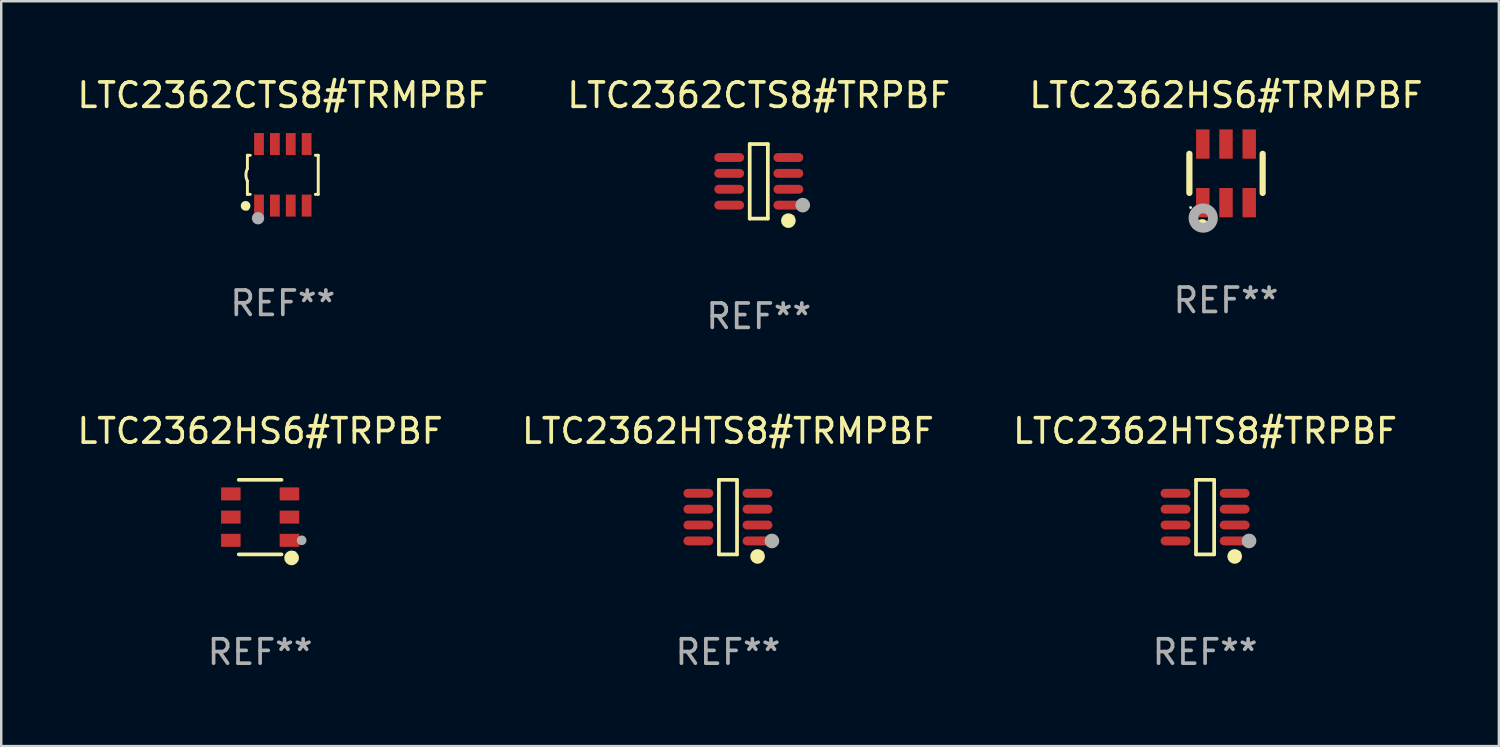
<source format=kicad_pcb>
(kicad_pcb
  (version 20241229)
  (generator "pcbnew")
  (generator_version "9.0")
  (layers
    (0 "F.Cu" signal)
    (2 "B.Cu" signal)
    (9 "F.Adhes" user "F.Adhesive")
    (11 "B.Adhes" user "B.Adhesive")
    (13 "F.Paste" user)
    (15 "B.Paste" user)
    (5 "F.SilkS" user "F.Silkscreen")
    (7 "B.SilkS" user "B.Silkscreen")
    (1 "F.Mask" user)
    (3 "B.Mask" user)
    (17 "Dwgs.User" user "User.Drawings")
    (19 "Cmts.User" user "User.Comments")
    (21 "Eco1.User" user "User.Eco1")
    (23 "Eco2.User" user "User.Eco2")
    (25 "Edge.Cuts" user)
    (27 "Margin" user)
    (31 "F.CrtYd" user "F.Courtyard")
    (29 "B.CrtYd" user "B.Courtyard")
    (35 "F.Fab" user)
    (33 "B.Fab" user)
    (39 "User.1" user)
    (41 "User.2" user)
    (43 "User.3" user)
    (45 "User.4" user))
  (footprint "LTC2362CTS8#TRMPBF"
    (layer "F.Cu")
    (at 8.53 4.108)
    (property "Reference" "LTC2362CTS8#TRMPBF" (at 0 -3.26 0) (layer "F.SilkS") (effects (font (size 1 1) (thickness 0.15))))
    (attr through_hole)
    (fp_line (start -1.45 -0.8) (end -1.45 -0.254) (stroke (width 0.12) (type solid)) (layer "F.SilkS"))
    (fp_line (start -1.45 -0.8) (end -1.334 -0.8) (stroke (width 0.12) (type solid)) (layer "F.SilkS"))
    (fp_line (start -1.45 0.8) (end -1.45 0.254) (stroke (width 0.12) (type solid)) (layer "F.SilkS"))
    (fp_line (start -1.45 0.8) (end -1.334 0.8) (stroke (width 0.12) (type solid)) (layer "F.SilkS"))
    (fp_line (start 1.334 -0.8) (end 1.45 -0.8) (stroke (width 0.12) (type solid)) (layer "F.SilkS"))
    (fp_line (start 1.334 0.8) (end 1.45 0.8) (stroke (width 0.12) (type solid)) (layer "F.SilkS"))
    (fp_line (start 1.45 0.8) (end 1.45 -0.8) (stroke (width 0.12) (type solid)) (layer "F.SilkS"))
    (fp_arc (start -1.45075 0.255144) (mid -1.510605 0.000434) (end -1.450013 -0.254102) (stroke (width 0.11999) (type solid)) (layer "F.SilkS"))
    (fp_circle (center -1.524 1.27) (end -1.424 1.27) (stroke (width 0.2) (type solid)) (fill no) (layer "F.SilkS"))
    (fp_circle (center -1.45 1.4) (end -1.42 1.4) (stroke (width 0.06) (type solid)) (fill no) (layer "F.SilkS"))
    (fp_circle (center -1.016 1.778) (end -0.889 1.778) (stroke (width 0.254) (type solid)) (fill no) (layer "F.Fab"))
    (fp_text user "REF**" (at 0 5.26 0) (layer "F.Fab") (effects (font (size 1 1) (thickness 0.15))))
    (pad "1" smd rect (at -0.975 1.26) (size 0.4 0.9) (layers "F.Cu" "F.Mask" "F.Paste"))
    (pad "2" smd rect (at -0.325 1.26) (size 0.4 0.9) (layers "F.Cu" "F.Mask" "F.Paste"))
    (pad "3" smd rect (at 0.325 1.26) (size 0.4 0.9) (layers "F.Cu" "F.Mask" "F.Paste"))
    (pad "4" smd rect (at 0.975 1.26) (size 0.4 0.9) (layers "F.Cu" "F.Mask" "F.Paste"))
    (pad "5" smd rect (at 0.975 -1.26) (size 0.4 0.9) (layers "F.Cu" "F.Mask" "F.Paste"))
    (pad "6" smd rect (at 0.325 -1.26) (size 0.4 0.9) (layers "F.Cu" "F.Mask" "F.Paste"))
    (pad "7" smd rect (at -0.325 -1.26) (size 0.4 0.9) (layers "F.Cu" "F.Mask" "F.Paste"))
    (pad "8" smd rect (at -0.975 -1.26) (size 0.4 0.9) (layers "F.Cu" "F.Mask" "F.Paste")))
  (footprint "LTC2362HTS8#TRMPBF"
    (layer "F.Cu")
    (at 26.756 18.123)
    (property "Reference" "LTC2362HTS8#TRMPBF" (at 0 -3.526 0) (layer "F.SilkS") (effects (font (size 1 1) (thickness 0.15))))
    (attr through_hole)
    (fp_line (start -0.371 -1.526) (end 0.371 -1.526) (stroke (width 0.152) (type solid)) (layer "F.SilkS"))
    (fp_line (start -0.371 1.526) (end -0.371 -1.526) (stroke (width 0.152) (type solid)) (layer "F.SilkS"))
    (fp_line (start 0.371 -1.526) (end 0.371 1.526) (stroke (width 0.152) (type solid)) (layer "F.SilkS"))
    (fp_line (start 0.371 1.526) (end -0.371 1.526) (stroke (width 0.152) (type solid)) (layer "F.SilkS"))
    (fp_circle (center 1.211 1.609) (end 1.361 1.609) (stroke (width 0.3) (type solid)) (fill no) (layer "F.SilkS"))
    (fp_circle (center 1.4 1.45) (end 1.43 1.45) (stroke (width 0.06) (type solid)) (fill no) (layer "F.SilkS"))
    (fp_circle (center 1.8 0.975) (end 1.95 0.975) (stroke (width 0.3) (type solid)) (fill no) (layer "F.Fab"))
    (fp_text user "REF**" (at 0 5.526 0) (layer "F.Fab") (effects (font (size 1 1) (thickness 0.15))))
    (pad "1" smd oval (at 1.211 0.975) (size 1.222 0.364) (layers "F.Cu" "F.Mask" "F.Paste"))
    (pad "2" smd oval (at 1.211 0.325) (size 1.222 0.364) (layers "F.Cu" "F.Mask" "F.Paste"))
    (pad "3" smd oval (at 1.211 -0.325) (size 1.222 0.364) (layers "F.Cu" "F.Mask" "F.Paste"))
    (pad "4" smd oval (at 1.211 -0.975) (size 1.222 0.364) (layers "F.Cu" "F.Mask" "F.Paste"))
    (pad "5" smd oval (at -1.211 -0.975) (size 1.222 0.364) (layers "F.Cu" "F.Mask" "F.Paste"))
    (pad "6" smd oval (at -1.211 -0.325) (size 1.222 0.364) (layers "F.Cu" "F.Mask" "F.Paste"))
    (pad "7" smd oval (at -1.211 0.325) (size 1.222 0.364) (layers "F.Cu" "F.Mask" "F.Paste"))
    (pad "8" smd oval (at -1.211 0.975) (size 1.222 0.364) (layers "F.Cu" "F.Mask" "F.Paste")))
  (footprint "LTC2362HS6#TRMPBF"
    (layer "F.Cu")
    (at 47.149 4.048)
    (property "Reference" "LTC2362HS6#TRMPBF" (at 0 -3.2 0) (layer "F.SilkS") (effects (font (size 1 1) (thickness 0.15))))
    (attr through_hole)
    (fp_line (start -1.5 0.8) (end -1.5 -0.8) (stroke (width 0.254) (type solid)) (layer "F.SilkS"))
    (fp_line (start 1.5 -0.8) (end 1.5 0.8) (stroke (width 0.254) (type solid)) (layer "F.SilkS"))
    (fp_circle (center -1.45 1.4) (end -1.42 1.4) (stroke (width 0.06) (type solid)) (fill no) (layer "F.SilkS"))
    (fp_circle (center -0.975 2.125) (end -0.848 2.125) (stroke (width 0.254) (type solid)) (fill no) (layer "F.SilkS"))
    (fp_circle (center -0.934 1.832) (end -0.735 1.832) (stroke (width 0.4) (type solid)) (fill no) (layer "F.Fab"))
    (fp_text user "REF**" (at 0 5.2 0) (layer "F.Fab") (effects (font (size 1 1) (thickness 0.15))))
    (pad "1" smd rect (at -0.95 1.2) (size 0.55 1.2) (layers "F.Cu" "F.Mask" "F.Paste"))
    (pad "2" smd rect (at 0 1.2) (size 0.55 1.2) (layers "F.Cu" "F.Mask" "F.Paste"))
    (pad "3" smd rect (at 0.95 1.2) (size 0.55 1.2) (layers "F.Cu" "F.Mask" "F.Paste"))
    (pad "4" smd rect (at 0.95 -1.2) (size 0.55 1.2) (layers "F.Cu" "F.Mask" "F.Paste"))
    (pad "5" smd rect (at 0 -1.2) (size 0.55 1.2) (layers "F.Cu" "F.Mask" "F.Paste"))
    (pad "6" smd rect (at -0.95 -1.2) (size 0.55 1.2) (layers "F.Cu" "F.Mask" "F.Paste")))
  (footprint "LTC2362HS6#TRPBF"
    (layer "F.Cu")
    (at 7.601 18.123)
    (property "Reference" "LTC2362HS6#TRPBF" (at 0 -3.526 0) (layer "F.SilkS") (effects (font (size 1 1) (thickness 0.15))))
    (attr through_hole)
    (fp_line (start 0.876 -1.526) (end -0.876 -1.526) (stroke (width 0.152) (type solid)) (layer "F.SilkS"))
    (fp_line (start 0.876 1.526) (end -0.876 1.526) (stroke (width 0.152) (type solid)) (layer "F.SilkS"))
    (fp_circle (center 1.287 1.669) (end 1.438 1.669) (stroke (width 0.3) (type solid)) (fill no) (layer "F.SilkS"))
    (fp_circle (center 1.4 1.45) (end 1.43 1.45) (stroke (width 0.06) (type solid)) (fill no) (layer "F.SilkS"))
    (fp_circle (center 1.7 0.95) (end 1.8 0.95) (stroke (width 0.2) (type solid)) (fill no) (layer "F.Fab"))
    (fp_text user "REF**" (at 0 5.526 0) (layer "F.Fab") (effects (font (size 1 1) (thickness 0.15))))
    (pad "1" smd rect (at 1.2 0.95) (size 0.8 0.532) (layers "F.Cu" "F.Mask" "F.Paste"))
    (pad "2" smd rect (at 1.2 0) (size 0.8 0.532) (layers "F.Cu" "F.Mask" "F.Paste"))
    (pad "3" smd rect (at 1.2 -0.95) (size 0.8 0.532) (layers "F.Cu" "F.Mask" "F.Paste"))
    (pad "4" smd rect (at -1.2 -0.95) (size 0.8 0.532) (layers "F.Cu" "F.Mask" "F.Paste"))
    (pad "5" smd rect (at -1.2 0) (size 0.8 0.532) (layers "F.Cu" "F.Mask" "F.Paste"))
    (pad "6" smd rect (at -1.2 0.95) (size 0.8 0.532) (layers "F.Cu" "F.Mask" "F.Paste")))
  (footprint "LTC2362CTS8#TRPBF"
    (layer "F.Cu")
    (at 28.018 4.374)
    (property "Reference" "LTC2362CTS8#TRPBF" (at 0 -3.526 0) (layer "F.SilkS") (effects (font (size 1 1) (thickness 0.15))))
    (attr through_hole)
    (fp_line (start -0.371 -1.526) (end 0.371 -1.526) (stroke (width 0.152) (type solid)) (layer "F.SilkS"))
    (fp_line (start -0.371 1.526) (end -0.371 -1.526) (stroke (width 0.152) (type solid)) (layer "F.SilkS"))
    (fp_line (start 0.371 -1.526) (end 0.371 1.526) (stroke (width 0.152) (type solid)) (layer "F.SilkS"))
    (fp_line (start 0.371 1.526) (end -0.371 1.526) (stroke (width 0.152) (type solid)) (layer "F.SilkS"))
    (fp_circle (center 1.211 1.609) (end 1.361 1.609) (stroke (width 0.3) (type solid)) (fill no) (layer "F.SilkS"))
    (fp_circle (center 1.4 1.45) (end 1.43 1.45) (stroke (width 0.06) (type solid)) (fill no) (layer "F.SilkS"))
    (fp_circle (center 1.8 0.975) (end 1.95 0.975) (stroke (width 0.3) (type solid)) (fill no) (layer "F.Fab"))
    (fp_text user "REF**" (at 0 5.526 0) (layer "F.Fab") (effects (font (size 1 1) (thickness 0.15))))
    (pad "1" smd oval (at 1.211 0.975) (size 1.222 0.364) (layers "F.Cu" "F.Mask" "F.Paste"))
    (pad "2" smd oval (at 1.211 0.325) (size 1.222 0.364) (layers "F.Cu" "F.Mask" "F.Paste"))
    (pad "3" smd oval (at 1.211 -0.325) (size 1.222 0.364) (layers "F.Cu" "F.Mask" "F.Paste"))
    (pad "4" smd oval (at 1.211 -0.975) (size 1.222 0.364) (layers "F.Cu" "F.Mask" "F.Paste"))
    (pad "5" smd oval (at -1.211 -0.975) (size 1.222 0.364) (layers "F.Cu" "F.Mask" "F.Paste"))
    (pad "6" smd oval (at -1.211 -0.325) (size 1.222 0.364) (layers "F.Cu" "F.Mask" "F.Paste"))
    (pad "7" smd oval (at -1.211 0.325) (size 1.222 0.364) (layers "F.Cu" "F.Mask" "F.Paste"))
    (pad "8" smd oval (at -1.211 0.975) (size 1.222 0.364) (layers "F.Cu" "F.Mask" "F.Paste")))
  (footprint "LTC2362HTS8#TRPBF"
    (layer "F.Cu")
    (at 46.292 18.123)
    (property "Reference" "LTC2362HTS8#TRPBF" (at 0 -3.526 0) (layer "F.SilkS") (effects (font (size 1 1) (thickness 0.15))))
    (attr through_hole)
    (fp_line (start -0.371 -1.526) (end 0.371 -1.526) (stroke (width 0.152) (type solid)) (layer "F.SilkS"))
    (fp_line (start -0.371 1.526) (end -0.371 -1.526) (stroke (width 0.152) (type solid)) (layer "F.SilkS"))
    (fp_line (start 0.371 -1.526) (end 0.371 1.526) (stroke (width 0.152) (type solid)) (layer "F.SilkS"))
    (fp_line (start 0.371 1.526) (end -0.371 1.526) (stroke (width 0.152) (type solid)) (layer "F.SilkS"))
    (fp_circle (center 1.211 1.609) (end 1.361 1.609) (stroke (width 0.3) (type solid)) (fill no) (layer "F.SilkS"))
    (fp_circle (center 1.4 1.45) (end 1.43 1.45) (stroke (width 0.06) (type solid)) (fill no) (layer "F.SilkS"))
    (fp_circle (center 1.8 0.975) (end 1.95 0.975) (stroke (width 0.3) (type solid)) (fill no) (layer "F.Fab"))
    (fp_text user "REF**" (at 0 5.526 0) (layer "F.Fab") (effects (font (size 1 1) (thickness 0.15))))
    (pad "1" smd oval (at 1.211 0.975) (size 1.222 0.364) (layers "F.Cu" "F.Mask" "F.Paste"))
    (pad "2" smd oval (at 1.211 0.325) (size 1.222 0.364) (layers "F.Cu" "F.Mask" "F.Paste"))
    (pad "3" smd oval (at 1.211 -0.325) (size 1.222 0.364) (layers "F.Cu" "F.Mask" "F.Paste"))
    (pad "4" smd oval (at 1.211 -0.975) (size 1.222 0.364) (layers "F.Cu" "F.Mask" "F.Paste"))
    (pad "5" smd oval (at -1.211 -0.975) (size 1.222 0.364) (layers "F.Cu" "F.Mask" "F.Paste"))
    (pad "6" smd oval (at -1.211 -0.325) (size 1.222 0.364) (layers "F.Cu" "F.Mask" "F.Paste"))
    (pad "7" smd oval (at -1.211 0.325) (size 1.222 0.364) (layers "F.Cu" "F.Mask" "F.Paste"))
    (pad "8" smd oval (at -1.211 0.975) (size 1.222 0.364) (layers "F.Cu" "F.Mask" "F.Paste")))
  (gr_rect
    (start -3 -3)
    (end 58.321 27.498)
    (stroke (width 0.1) (type default))
    (fill no)
    (layer "Edge.Cuts")))
</source>
